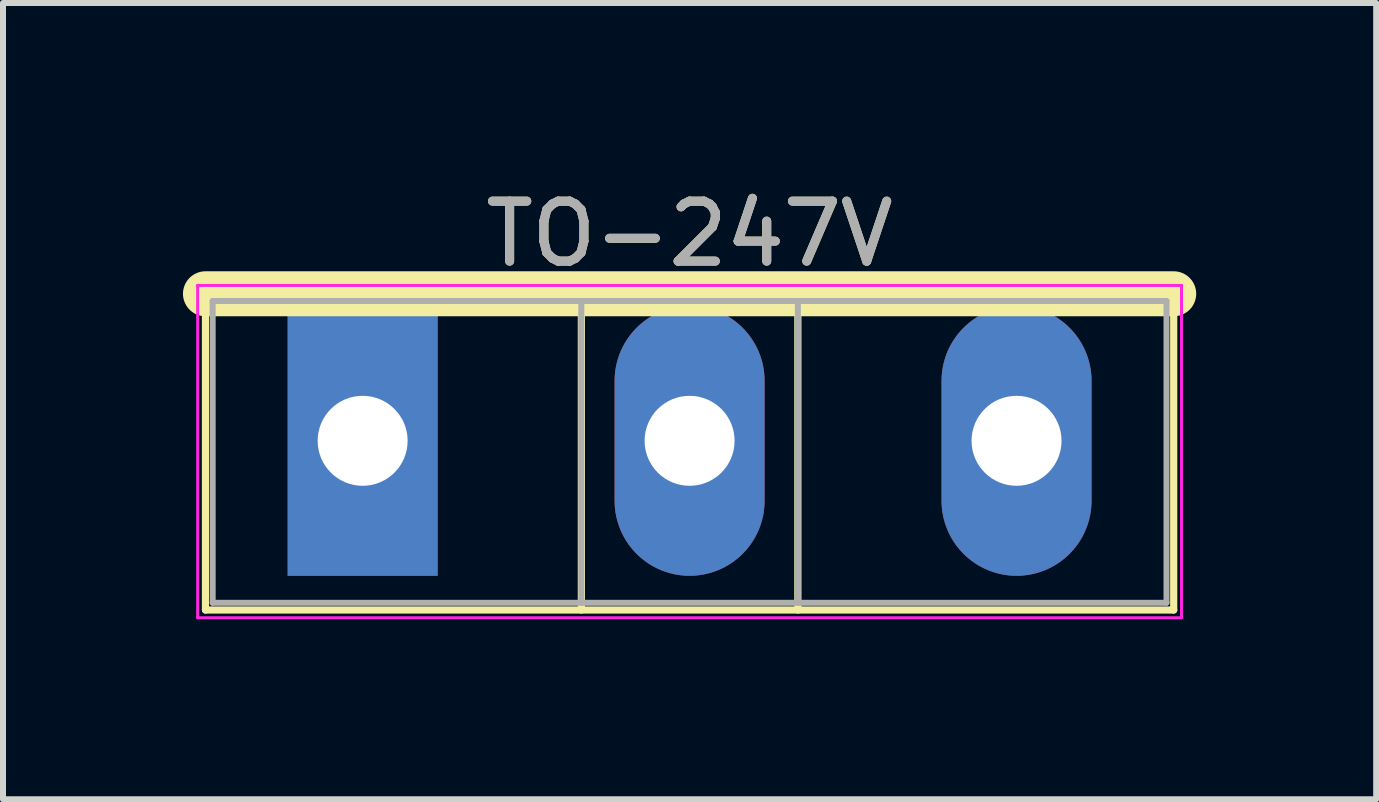
<source format=kicad_pcb>
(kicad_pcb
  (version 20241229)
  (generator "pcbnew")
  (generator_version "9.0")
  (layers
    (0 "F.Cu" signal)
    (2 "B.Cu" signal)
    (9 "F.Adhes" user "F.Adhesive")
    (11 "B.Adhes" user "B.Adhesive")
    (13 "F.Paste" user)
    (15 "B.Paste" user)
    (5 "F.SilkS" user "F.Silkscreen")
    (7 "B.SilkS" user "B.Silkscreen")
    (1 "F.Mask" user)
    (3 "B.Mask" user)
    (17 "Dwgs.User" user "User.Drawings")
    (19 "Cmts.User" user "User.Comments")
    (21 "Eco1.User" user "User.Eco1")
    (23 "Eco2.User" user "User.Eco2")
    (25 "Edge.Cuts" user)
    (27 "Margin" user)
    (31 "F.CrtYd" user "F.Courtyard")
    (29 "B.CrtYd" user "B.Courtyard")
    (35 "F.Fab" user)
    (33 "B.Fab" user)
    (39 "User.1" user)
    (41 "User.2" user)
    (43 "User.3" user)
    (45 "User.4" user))
  (footprint "TO-247V"
    (layer "F.Cu")
    (at 8.445 4.298)
    (property "Reference" "TO-247V" (at 0 -3.45 0) (layer "F.SilkS") (effects (font (size 1 1) (thickness 0.15))))
    (attr through_hole)
    (fp_line (start -8.07 -2.451) (end -8.07 2.82) (stroke (width 0.12) (type solid)) (layer "F.SilkS"))
    (fp_line (start -8.07 -2.451) (end 8.07 -2.451) (stroke (width 0.75) (type solid)) (layer "F.SilkS"))
    (fp_line (start -8.07 2.82) (end 8.07 2.82) (stroke (width 0.12) (type solid)) (layer "F.SilkS"))
    (fp_line (start -1.804 -2.451) (end -1.804 2.82) (stroke (width 0.12) (type solid)) (layer "F.SilkS"))
    (fp_line (start 1.805 -2.451) (end 1.805 2.82) (stroke (width 0.12) (type solid)) (layer "F.SilkS"))
    (fp_line (start 8.07 -2.451) (end 8.07 2.82) (stroke (width 0.12) (type solid)) (layer "F.SilkS"))
    (fp_line (start -8.2 -2.59) (end -8.2 2.95) (stroke (width 0.05) (type solid)) (layer "F.CrtYd"))
    (fp_line (start -8.2 2.95) (end 8.2 2.95) (stroke (width 0.05) (type solid)) (layer "F.CrtYd"))
    (fp_line (start 8.2 -2.59) (end -8.2 -2.59) (stroke (width 0.05) (type solid)) (layer "F.CrtYd"))
    (fp_line (start 8.2 2.95) (end 8.2 -2.59) (stroke (width 0.05) (type solid)) (layer "F.CrtYd"))
    (fp_line (start -7.95 -2.33) (end -7.95 2.7) (stroke (width 0.1) (type solid)) (layer "F.Fab"))
    (fp_line (start -7.95 2.7) (end 7.95 2.7) (stroke (width 0.1) (type solid)) (layer "F.Fab"))
    (fp_line (start -1.805 -2.33) (end -1.805 2.7) (stroke (width 0.1) (type solid)) (layer "F.Fab"))
    (fp_line (start 1.805 -2.33) (end 1.805 2.7) (stroke (width 0.1) (type solid)) (layer "F.Fab"))
    (fp_line (start 7.95 -2.33) (end -7.95 -2.33) (stroke (width 0.1) (type solid)) (layer "F.Fab"))
    (fp_line (start 7.95 2.7) (end 7.95 -2.33) (stroke (width 0.1) (type solid)) (layer "F.Fab"))
    (fp_text user "${REFERENCE}" (at 0 -3.45 0) (layer "F.Fab") (effects (font (size 1 1) (thickness 0.15))))
    (pad "D" thru_hole oval (at 0 0) (size 2.5 4.5) (drill 1.5) (layers "*.Cu" "*.Mask"))
    (pad "G" thru_hole rect (at -5.45 0) (size 2.5 4.5) (drill 1.5) (layers "*.Cu" "*.Mask"))
    (pad "S" thru_hole oval (at 5.45 0) (size 2.5 4.5) (drill 1.5) (layers "*.Cu" "*.Mask")))
  (gr_rect
    (start -3 -3)
    (end 19.89 10.273)
    (stroke (width 0.1) (type default))
    (fill no)
    (layer "Edge.Cuts")))
</source>
